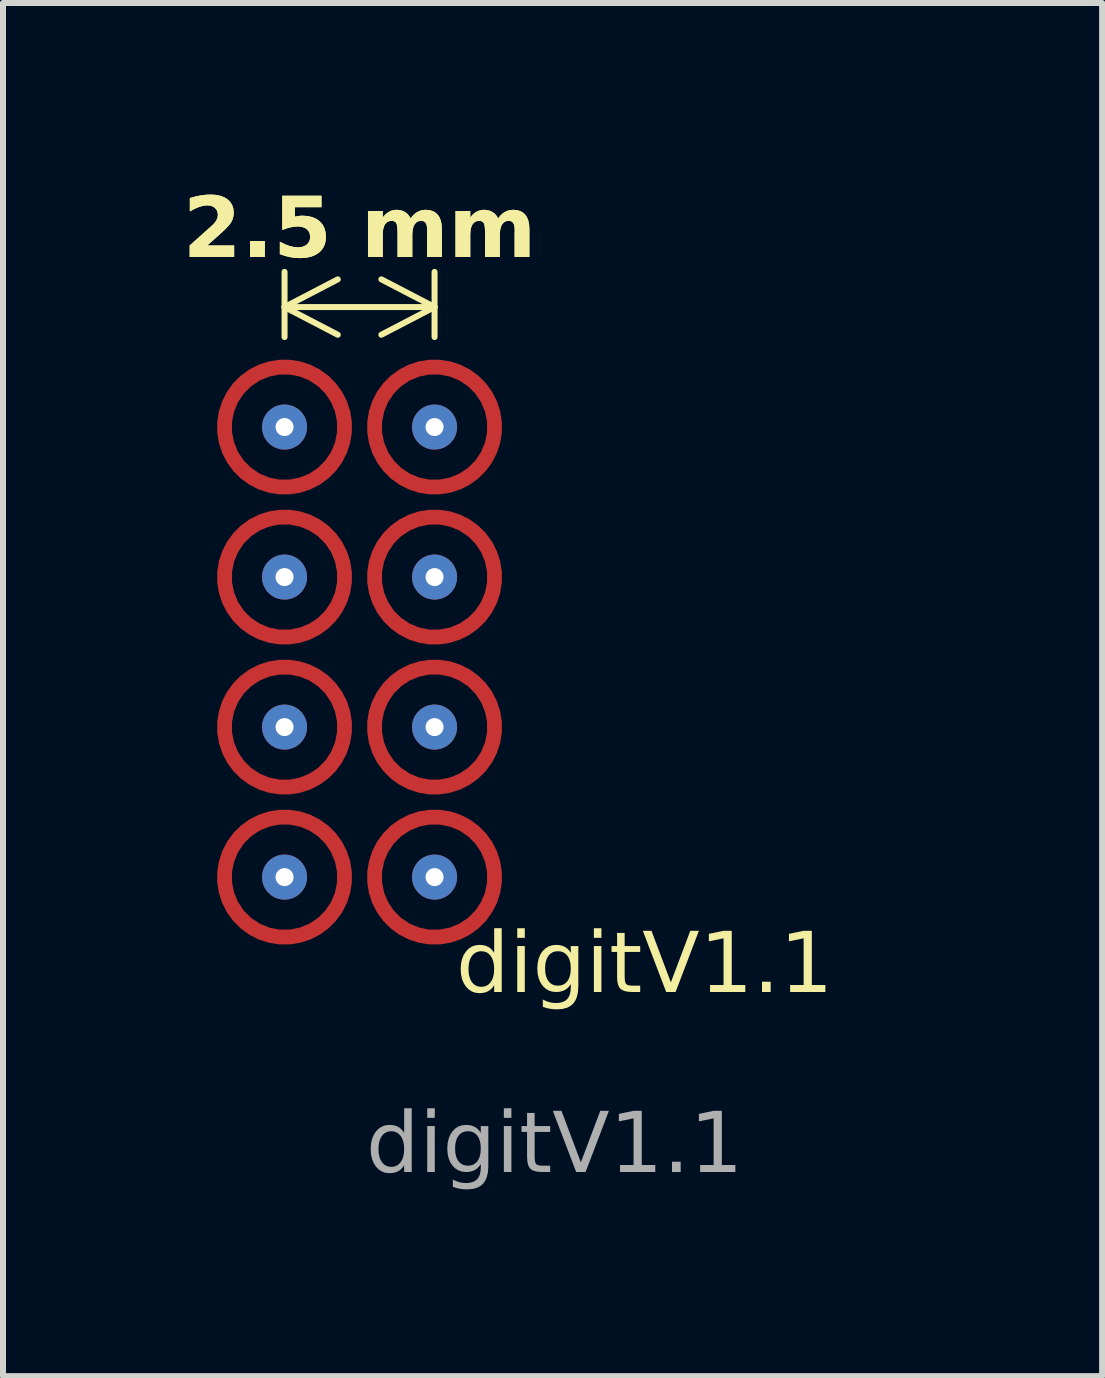
<source format=kicad_pcb>
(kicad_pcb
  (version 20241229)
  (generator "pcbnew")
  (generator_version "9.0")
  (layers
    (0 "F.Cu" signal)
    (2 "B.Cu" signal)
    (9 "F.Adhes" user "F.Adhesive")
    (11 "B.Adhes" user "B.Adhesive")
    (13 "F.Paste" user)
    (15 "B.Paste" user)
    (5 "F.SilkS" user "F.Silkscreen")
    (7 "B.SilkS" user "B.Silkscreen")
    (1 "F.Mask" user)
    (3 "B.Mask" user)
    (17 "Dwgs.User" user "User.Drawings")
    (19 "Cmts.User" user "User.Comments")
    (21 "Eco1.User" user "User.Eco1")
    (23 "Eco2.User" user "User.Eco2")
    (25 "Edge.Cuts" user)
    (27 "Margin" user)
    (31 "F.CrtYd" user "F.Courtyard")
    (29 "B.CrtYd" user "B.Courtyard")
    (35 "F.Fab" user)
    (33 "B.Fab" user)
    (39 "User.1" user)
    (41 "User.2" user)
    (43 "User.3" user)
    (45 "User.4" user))
  (footprint "digitV1.1"
    (layer "F.Cu")
    (at 1.692 11.567)
    (property "Reference" "digitV1.1" (at 6 1.5 0) (unlocked yes) (layer "F.SilkS") (effects (font (face "Comic Sans MS") (size 1 1) (thickness 0.1))))
    (attr smd)
    (fp_circle (center 9.5 -7.5) (end 10.5 -7.5) (stroke (width 0.25) (type solid)) (fill no) (layer "User.1"))
    (fp_text user "${REFERENCE}" (at 4.5 4.5 0) (unlocked yes) (layer "F.Fab") (effects (font (face "Comic Sans MS") (size 1 1) (thickness 0.15))))
    (dimension (type aligned) (layer "F.SilkS") (pts (xy 1.692 3.067) (xy 4.192 3.067)) (height -1) (format (prefix "") (suffix "") (units 3) (units_format 1) (precision 3) (suppress_zeroes yes)) (style (thickness 0.1) (arrow_length 1) (text_position_mode 0) (arrow_direction outward) (extension_height 0.586) (extension_offset 0.5) (keep_text_aligned yes)) (gr_text "2.5 mm" (at 2.942 0.817 0) (layer "F.SilkS") (effects (font (face "Comic Sans MS") (size 1 1) (thickness 0.3) (bold yes)))))
    (dimension (type aligned) (layer "User.1") (pts (xy 4.192 4.567) (xy 11.192 4.567)) (height -3) (format (prefix "") (suffix "") (units 3) (units_format 1) (precision 3) (suppress_zeroes yes)) (style (thickness 0.1) (arrow_length 1) (text_position_mode 2) (arrow_direction outward) (extension_height 0.586) (extension_offset 0.5) (keep_text_aligned yes)) (gr_text "7 mm" (at 7.942 2.567 0) (layer "User.1") (effects (font (face "Comic Sans MS") (size 1 1) (thickness 0.3) (bold yes)))))
    (pad "-1" smd custom (at -0.707 -8.207) (size 0.25 0.25) (layers "F.Cu" "F.Mask" "F.Paste") (options (anchor circle)) (primitives (gr_circle (center 0.707 0.707) (end 1.707 0.707) (width 0.25) (fill no))))
    (pad "-2" smd custom (at -0.707 -5.707) (size 0.25 0.25) (layers "F.Cu" "F.Mask" "F.Paste") (options (anchor circle)) (primitives (gr_circle (center 0.707 0.707) (end 1.707 0.707) (width 0.25) (fill no))))
    (pad "-3" smd custom (at -0.707 -3.207) (size 0.25 0.25) (layers "F.Cu" "F.Mask" "F.Paste") (options (anchor circle)) (primitives (gr_circle (center 0.707 0.707) (end 1.707 0.707) (width 0.25) (fill no))))
    (pad "-4" smd custom (at 3.207 -8.207) (size 0.25 0.25) (layers "F.Cu" "F.Mask" "F.Paste") (options (anchor circle)) (primitives (gr_circle (center -0.707 0.707) (end 0.293 0.707) (width 0.25) (fill no))))
    (pad "-5" smd custom (at 3.207 -5.707) (size 0.25 0.25) (layers "F.Cu" "F.Mask" "F.Paste") (options (anchor circle)) (primitives (gr_circle (center -0.707 0.707) (end 0.293 0.707) (width 0.25) (fill no))))
    (pad "-6" smd custom (at 3.207 -3.207) (size 0.25 0.25) (layers "F.Cu" "F.Mask" "F.Paste") (options (anchor circle)) (primitives (gr_circle (center -0.707 0.707) (end 0.293 0.707) (width 0.25) (fill no))))
    (pad "-7" smd custom (at -0.707 -0.707) (size 0.25 0.25) (layers "F.Cu" "F.Mask" "F.Paste") (options (anchor circle)) (primitives (gr_circle (center 0.707 0.707) (end 1.707 0.707) (width 0.25) (fill no))))
    (pad "-8" smd custom (at 1.793 0.707) (size 0.25 0.25) (layers "F.Cu" "F.Mask" "F.Paste") (options (anchor circle)) (primitives (gr_circle (center 0.707 -0.707) (end 1.707 -0.707) (width 0.25) (fill no))))
    (pad "1" thru_hole circle (at 0 -7.5 270) (size 0.75 0.75) (drill 0.3) (layers "*.Cu" "*.Mask"))
    (pad "2" thru_hole circle (at 0 -5 270) (size 0.75 0.75) (drill 0.3) (layers "*.Cu" "*.Mask"))
    (pad "3" thru_hole circle (at 0 -2.5 270) (size 0.75 0.75) (drill 0.3) (layers "*.Cu" "*.Mask"))
    (pad "4" thru_hole circle (at 2.5 -7.5 90) (size 0.75 0.75) (drill 0.3) (layers "*.Cu" "*.Mask"))
    (pad "5" thru_hole circle (at 2.5 -5 90) (size 0.75 0.75) (drill 0.3) (layers "*.Cu" "*.Mask"))
    (pad "6" thru_hole circle (at 2.5 -2.5 90) (size 0.75 0.75) (drill 0.3) (layers "*.Cu" "*.Mask"))
    (pad "7" thru_hole circle (at 0 0 270) (size 0.75 0.75) (drill 0.3) (layers "*.Cu" "*.Mask"))
    (pad "8" thru_hole circle (at 2.5 0 90) (size 0.75 0.75) (drill 0.3) (layers "*.Cu" "*.Mask")))
  (gr_rect
    (start -3 -3)
    (end 15.317 19.883)
    (stroke (width 0.1) (type default))
    (fill no)
    (layer "Edge.Cuts")))
</source>
